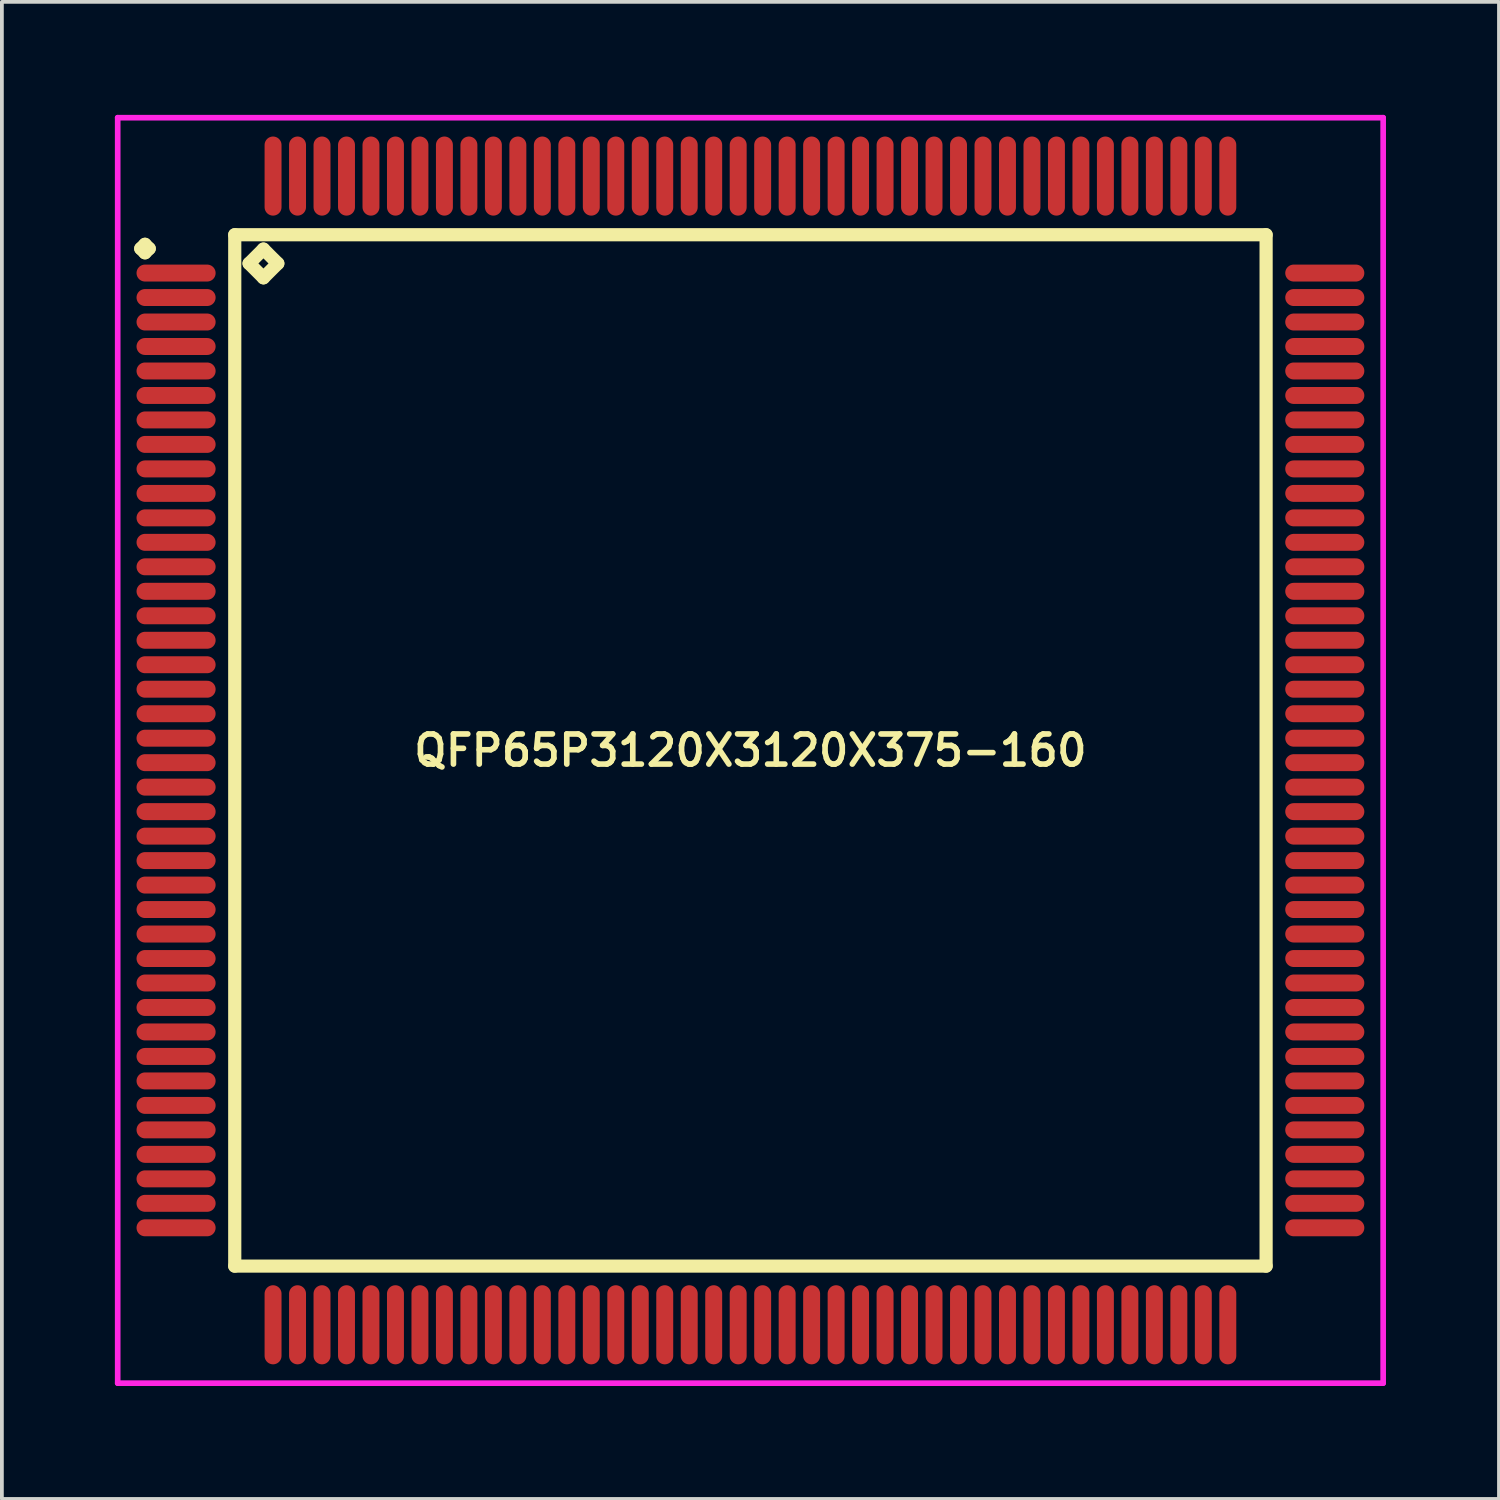
<source format=kicad_pcb>
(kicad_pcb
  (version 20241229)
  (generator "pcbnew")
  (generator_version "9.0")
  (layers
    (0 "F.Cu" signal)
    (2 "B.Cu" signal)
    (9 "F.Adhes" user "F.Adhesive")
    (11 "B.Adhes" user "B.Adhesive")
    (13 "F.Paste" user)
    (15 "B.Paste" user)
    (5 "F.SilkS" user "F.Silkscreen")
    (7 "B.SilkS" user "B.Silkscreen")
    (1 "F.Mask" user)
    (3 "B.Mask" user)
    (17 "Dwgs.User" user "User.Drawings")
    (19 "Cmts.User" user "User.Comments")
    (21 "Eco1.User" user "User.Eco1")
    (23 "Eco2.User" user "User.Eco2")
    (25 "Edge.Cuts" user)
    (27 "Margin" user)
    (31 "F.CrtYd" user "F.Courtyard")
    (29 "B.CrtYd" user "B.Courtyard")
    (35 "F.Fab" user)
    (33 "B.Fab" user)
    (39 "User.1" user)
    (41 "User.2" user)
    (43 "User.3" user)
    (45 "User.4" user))
  (footprint "QFP65P3120X3120X375-160"
    (layer "F.Cu")
    (at 16.875 16.875)
    (property "Reference" "QFP65P3120X3120X375-160" (at 0 0 0) (layer "F.SilkS") (effects (font (size 0.8 0.8) (thickness 0.15))))
    (attr through_hole)
    (fp_line (start -16.188 -13.325) (end -16.075 -13.438) (stroke (width 0.35) (type solid)) (layer "F.SilkS"))
    (fp_line (start -16.075 -13.438) (end -15.963 -13.325) (stroke (width 0.35) (type solid)) (layer "F.SilkS"))
    (fp_line (start -16.075 -13.213) (end -16.188 -13.325) (stroke (width 0.35) (type solid)) (layer "F.SilkS"))
    (fp_line (start -15.963 -13.325) (end -16.075 -13.213) (stroke (width 0.35) (type solid)) (layer "F.SilkS"))
    (fp_line (start -13.692 -13.692) (end -13.692 13.692) (stroke (width 0.35) (type solid)) (layer "F.SilkS"))
    (fp_line (start -13.692 13.692) (end 13.692 13.692) (stroke (width 0.35) (type solid)) (layer "F.SilkS"))
    (fp_line (start -13.311 -12.93) (end -12.93 -13.311) (stroke (width 0.35) (type solid)) (layer "F.SilkS"))
    (fp_line (start -12.93 -13.311) (end -12.549 -12.93) (stroke (width 0.35) (type solid)) (layer "F.SilkS"))
    (fp_line (start -12.93 -12.549) (end -13.311 -12.93) (stroke (width 0.35) (type solid)) (layer "F.SilkS"))
    (fp_line (start -12.549 -12.93) (end -12.93 -12.549) (stroke (width 0.35) (type solid)) (layer "F.SilkS"))
    (fp_line (start 13.692 -13.692) (end -13.692 -13.692) (stroke (width 0.35) (type solid)) (layer "F.SilkS"))
    (fp_line (start 13.692 13.692) (end 13.692 -13.692) (stroke (width 0.35) (type solid)) (layer "F.SilkS"))
    (fp_line (start -16.8 -16.8) (end 16.8 -16.8) (stroke (width 0.15) (type solid)) (layer "F.CrtYd"))
    (fp_line (start -16.8 16.8) (end -16.8 -16.8) (stroke (width 0.15) (type solid)) (layer "F.CrtYd"))
    (fp_line (start 16.8 -16.8) (end 16.8 16.8) (stroke (width 0.15) (type solid)) (layer "F.CrtYd"))
    (fp_line (start 16.8 16.8) (end -16.8 16.8) (stroke (width 0.15) (type solid)) (layer "F.CrtYd"))
    (pad "1" smd oval (at -15.25 -12.675) (size 2.1 0.45) (layers "F.Cu" "F.Mask" "F.Paste"))
    (pad "2" smd oval (at -15.25 -12.025) (size 2.1 0.45) (layers "F.Cu" "F.Mask" "F.Paste"))
    (pad "3" smd oval (at -15.25 -11.375) (size 2.1 0.45) (layers "F.Cu" "F.Mask" "F.Paste"))
    (pad "4" smd oval (at -15.25 -10.725) (size 2.1 0.45) (layers "F.Cu" "F.Mask" "F.Paste"))
    (pad "5" smd oval (at -15.25 -10.075) (size 2.1 0.45) (layers "F.Cu" "F.Mask" "F.Paste"))
    (pad "6" smd oval (at -15.25 -9.425) (size 2.1 0.45) (layers "F.Cu" "F.Mask" "F.Paste"))
    (pad "7" smd oval (at -15.25 -8.775) (size 2.1 0.45) (layers "F.Cu" "F.Mask" "F.Paste"))
    (pad "8" smd oval (at -15.25 -8.125) (size 2.1 0.45) (layers "F.Cu" "F.Mask" "F.Paste"))
    (pad "9" smd oval (at -15.25 -7.475) (size 2.1 0.45) (layers "F.Cu" "F.Mask" "F.Paste"))
    (pad "10" smd oval (at -15.25 -6.825) (size 2.1 0.45) (layers "F.Cu" "F.Mask" "F.Paste"))
    (pad "11" smd oval (at -15.25 -6.175) (size 2.1 0.45) (layers "F.Cu" "F.Mask" "F.Paste"))
    (pad "12" smd oval (at -15.25 -5.525) (size 2.1 0.45) (layers "F.Cu" "F.Mask" "F.Paste"))
    (pad "13" smd oval (at -15.25 -4.875) (size 2.1 0.45) (layers "F.Cu" "F.Mask" "F.Paste"))
    (pad "14" smd oval (at -15.25 -4.225) (size 2.1 0.45) (layers "F.Cu" "F.Mask" "F.Paste"))
    (pad "15" smd oval (at -15.25 -3.575) (size 2.1 0.45) (layers "F.Cu" "F.Mask" "F.Paste"))
    (pad "16" smd oval (at -15.25 -2.925) (size 2.1 0.45) (layers "F.Cu" "F.Mask" "F.Paste"))
    (pad "17" smd oval (at -15.25 -2.275) (size 2.1 0.45) (layers "F.Cu" "F.Mask" "F.Paste"))
    (pad "18" smd oval (at -15.25 -1.625) (size 2.1 0.45) (layers "F.Cu" "F.Mask" "F.Paste"))
    (pad "19" smd oval (at -15.25 -0.975) (size 2.1 0.45) (layers "F.Cu" "F.Mask" "F.Paste"))
    (pad "20" smd oval (at -15.25 -0.325) (size 2.1 0.45) (layers "F.Cu" "F.Mask" "F.Paste"))
    (pad "21" smd oval (at -15.25 0.325) (size 2.1 0.45) (layers "F.Cu" "F.Mask" "F.Paste"))
    (pad "22" smd oval (at -15.25 0.975) (size 2.1 0.45) (layers "F.Cu" "F.Mask" "F.Paste"))
    (pad "23" smd oval (at -15.25 1.625) (size 2.1 0.45) (layers "F.Cu" "F.Mask" "F.Paste"))
    (pad "24" smd oval (at -15.25 2.275) (size 2.1 0.45) (layers "F.Cu" "F.Mask" "F.Paste"))
    (pad "25" smd oval (at -15.25 2.925) (size 2.1 0.45) (layers "F.Cu" "F.Mask" "F.Paste"))
    (pad "26" smd oval (at -15.25 3.575) (size 2.1 0.45) (layers "F.Cu" "F.Mask" "F.Paste"))
    (pad "27" smd oval (at -15.25 4.225) (size 2.1 0.45) (layers "F.Cu" "F.Mask" "F.Paste"))
    (pad "28" smd oval (at -15.25 4.875) (size 2.1 0.45) (layers "F.Cu" "F.Mask" "F.Paste"))
    (pad "29" smd oval (at -15.25 5.525) (size 2.1 0.45) (layers "F.Cu" "F.Mask" "F.Paste"))
    (pad "30" smd oval (at -15.25 6.175) (size 2.1 0.45) (layers "F.Cu" "F.Mask" "F.Paste"))
    (pad "31" smd oval (at -15.25 6.825) (size 2.1 0.45) (layers "F.Cu" "F.Mask" "F.Paste"))
    (pad "32" smd oval (at -15.25 7.475) (size 2.1 0.45) (layers "F.Cu" "F.Mask" "F.Paste"))
    (pad "33" smd oval (at -15.25 8.125) (size 2.1 0.45) (layers "F.Cu" "F.Mask" "F.Paste"))
    (pad "34" smd oval (at -15.25 8.775) (size 2.1 0.45) (layers "F.Cu" "F.Mask" "F.Paste"))
    (pad "35" smd oval (at -15.25 9.425) (size 2.1 0.45) (layers "F.Cu" "F.Mask" "F.Paste"))
    (pad "36" smd oval (at -15.25 10.075) (size 2.1 0.45) (layers "F.Cu" "F.Mask" "F.Paste"))
    (pad "37" smd oval (at -15.25 10.725) (size 2.1 0.45) (layers "F.Cu" "F.Mask" "F.Paste"))
    (pad "38" smd oval (at -15.25 11.375) (size 2.1 0.45) (layers "F.Cu" "F.Mask" "F.Paste"))
    (pad "39" smd oval (at -15.25 12.025) (size 2.1 0.45) (layers "F.Cu" "F.Mask" "F.Paste"))
    (pad "40" smd oval (at -15.25 12.675) (size 2.1 0.45) (layers "F.Cu" "F.Mask" "F.Paste"))
    (pad "41" smd oval (at -12.675 15.25) (size 0.45 2.1) (layers "F.Cu" "F.Mask" "F.Paste"))
    (pad "42" smd oval (at -12.025 15.25) (size 0.45 2.1) (layers "F.Cu" "F.Mask" "F.Paste"))
    (pad "43" smd oval (at -11.375 15.25) (size 0.45 2.1) (layers "F.Cu" "F.Mask" "F.Paste"))
    (pad "44" smd oval (at -10.725 15.25) (size 0.45 2.1) (layers "F.Cu" "F.Mask" "F.Paste"))
    (pad "45" smd oval (at -10.075 15.25) (size 0.45 2.1) (layers "F.Cu" "F.Mask" "F.Paste"))
    (pad "46" smd oval (at -9.425 15.25) (size 0.45 2.1) (layers "F.Cu" "F.Mask" "F.Paste"))
    (pad "47" smd oval (at -8.775 15.25) (size 0.45 2.1) (layers "F.Cu" "F.Mask" "F.Paste"))
    (pad "48" smd oval (at -8.125 15.25) (size 0.45 2.1) (layers "F.Cu" "F.Mask" "F.Paste"))
    (pad "49" smd oval (at -7.475 15.25) (size 0.45 2.1) (layers "F.Cu" "F.Mask" "F.Paste"))
    (pad "50" smd oval (at -6.825 15.25) (size 0.45 2.1) (layers "F.Cu" "F.Mask" "F.Paste"))
    (pad "51" smd oval (at -6.175 15.25) (size 0.45 2.1) (layers "F.Cu" "F.Mask" "F.Paste"))
    (pad "52" smd oval (at -5.525 15.25) (size 0.45 2.1) (layers "F.Cu" "F.Mask" "F.Paste"))
    (pad "53" smd oval (at -4.875 15.25) (size 0.45 2.1) (layers "F.Cu" "F.Mask" "F.Paste"))
    (pad "54" smd oval (at -4.225 15.25) (size 0.45 2.1) (layers "F.Cu" "F.Mask" "F.Paste"))
    (pad "55" smd oval (at -3.575 15.25) (size 0.45 2.1) (layers "F.Cu" "F.Mask" "F.Paste"))
    (pad "56" smd oval (at -2.925 15.25) (size 0.45 2.1) (layers "F.Cu" "F.Mask" "F.Paste"))
    (pad "57" smd oval (at -2.275 15.25) (size 0.45 2.1) (layers "F.Cu" "F.Mask" "F.Paste"))
    (pad "58" smd oval (at -1.625 15.25) (size 0.45 2.1) (layers "F.Cu" "F.Mask" "F.Paste"))
    (pad "59" smd oval (at -0.975 15.25) (size 0.45 2.1) (layers "F.Cu" "F.Mask" "F.Paste"))
    (pad "60" smd oval (at -0.325 15.25) (size 0.45 2.1) (layers "F.Cu" "F.Mask" "F.Paste"))
    (pad "61" smd oval (at 0.325 15.25) (size 0.45 2.1) (layers "F.Cu" "F.Mask" "F.Paste"))
    (pad "62" smd oval (at 0.975 15.25) (size 0.45 2.1) (layers "F.Cu" "F.Mask" "F.Paste"))
    (pad "63" smd oval (at 1.625 15.25) (size 0.45 2.1) (layers "F.Cu" "F.Mask" "F.Paste"))
    (pad "64" smd oval (at 2.275 15.25) (size 0.45 2.1) (layers "F.Cu" "F.Mask" "F.Paste"))
    (pad "65" smd oval (at 2.925 15.25) (size 0.45 2.1) (layers "F.Cu" "F.Mask" "F.Paste"))
    (pad "66" smd oval (at 3.575 15.25) (size 0.45 2.1) (layers "F.Cu" "F.Mask" "F.Paste"))
    (pad "67" smd oval (at 4.225 15.25) (size 0.45 2.1) (layers "F.Cu" "F.Mask" "F.Paste"))
    (pad "68" smd oval (at 4.875 15.25) (size 0.45 2.1) (layers "F.Cu" "F.Mask" "F.Paste"))
    (pad "69" smd oval (at 5.525 15.25) (size 0.45 2.1) (layers "F.Cu" "F.Mask" "F.Paste"))
    (pad "70" smd oval (at 6.175 15.25) (size 0.45 2.1) (layers "F.Cu" "F.Mask" "F.Paste"))
    (pad "71" smd oval (at 6.825 15.25) (size 0.45 2.1) (layers "F.Cu" "F.Mask" "F.Paste"))
    (pad "72" smd oval (at 7.475 15.25) (size 0.45 2.1) (layers "F.Cu" "F.Mask" "F.Paste"))
    (pad "73" smd oval (at 8.125 15.25) (size 0.45 2.1) (layers "F.Cu" "F.Mask" "F.Paste"))
    (pad "74" smd oval (at 8.775 15.25) (size 0.45 2.1) (layers "F.Cu" "F.Mask" "F.Paste"))
    (pad "75" smd oval (at 9.425 15.25) (size 0.45 2.1) (layers "F.Cu" "F.Mask" "F.Paste"))
    (pad "76" smd oval (at 10.075 15.25) (size 0.45 2.1) (layers "F.Cu" "F.Mask" "F.Paste"))
    (pad "77" smd oval (at 10.725 15.25) (size 0.45 2.1) (layers "F.Cu" "F.Mask" "F.Paste"))
    (pad "78" smd oval (at 11.375 15.25) (size 0.45 2.1) (layers "F.Cu" "F.Mask" "F.Paste"))
    (pad "79" smd oval (at 12.025 15.25) (size 0.45 2.1) (layers "F.Cu" "F.Mask" "F.Paste"))
    (pad "80" smd oval (at 12.675 15.25) (size 0.45 2.1) (layers "F.Cu" "F.Mask" "F.Paste"))
    (pad "81" smd oval (at 15.25 12.675) (size 2.1 0.45) (layers "F.Cu" "F.Mask" "F.Paste"))
    (pad "82" smd oval (at 15.25 12.025) (size 2.1 0.45) (layers "F.Cu" "F.Mask" "F.Paste"))
    (pad "83" smd oval (at 15.25 11.375) (size 2.1 0.45) (layers "F.Cu" "F.Mask" "F.Paste"))
    (pad "84" smd oval (at 15.25 10.725) (size 2.1 0.45) (layers "F.Cu" "F.Mask" "F.Paste"))
    (pad "85" smd oval (at 15.25 10.075) (size 2.1 0.45) (layers "F.Cu" "F.Mask" "F.Paste"))
    (pad "86" smd oval (at 15.25 9.425) (size 2.1 0.45) (layers "F.Cu" "F.Mask" "F.Paste"))
    (pad "87" smd oval (at 15.25 8.775) (size 2.1 0.45) (layers "F.Cu" "F.Mask" "F.Paste"))
    (pad "88" smd oval (at 15.25 8.125) (size 2.1 0.45) (layers "F.Cu" "F.Mask" "F.Paste"))
    (pad "89" smd oval (at 15.25 7.475) (size 2.1 0.45) (layers "F.Cu" "F.Mask" "F.Paste"))
    (pad "90" smd oval (at 15.25 6.825) (size 2.1 0.45) (layers "F.Cu" "F.Mask" "F.Paste"))
    (pad "91" smd oval (at 15.25 6.175) (size 2.1 0.45) (layers "F.Cu" "F.Mask" "F.Paste"))
    (pad "92" smd oval (at 15.25 5.525) (size 2.1 0.45) (layers "F.Cu" "F.Mask" "F.Paste"))
    (pad "93" smd oval (at 15.25 4.875) (size 2.1 0.45) (layers "F.Cu" "F.Mask" "F.Paste"))
    (pad "94" smd oval (at 15.25 4.225) (size 2.1 0.45) (layers "F.Cu" "F.Mask" "F.Paste"))
    (pad "95" smd oval (at 15.25 3.575) (size 2.1 0.45) (layers "F.Cu" "F.Mask" "F.Paste"))
    (pad "96" smd oval (at 15.25 2.925) (size 2.1 0.45) (layers "F.Cu" "F.Mask" "F.Paste"))
    (pad "97" smd oval (at 15.25 2.275) (size 2.1 0.45) (layers "F.Cu" "F.Mask" "F.Paste"))
    (pad "98" smd oval (at 15.25 1.625) (size 2.1 0.45) (layers "F.Cu" "F.Mask" "F.Paste"))
    (pad "99" smd oval (at 15.25 0.975) (size 2.1 0.45) (layers "F.Cu" "F.Mask" "F.Paste"))
    (pad "100" smd oval (at 15.25 0.325) (size 2.1 0.45) (layers "F.Cu" "F.Mask" "F.Paste"))
    (pad "101" smd oval (at 15.25 -0.325) (size 2.1 0.45) (layers "F.Cu" "F.Mask" "F.Paste"))
    (pad "102" smd oval (at 15.25 -0.975) (size 2.1 0.45) (layers "F.Cu" "F.Mask" "F.Paste"))
    (pad "103" smd oval (at 15.25 -1.625) (size 2.1 0.45) (layers "F.Cu" "F.Mask" "F.Paste"))
    (pad "104" smd oval (at 15.25 -2.275) (size 2.1 0.45) (layers "F.Cu" "F.Mask" "F.Paste"))
    (pad "105" smd oval (at 15.25 -2.925) (size 2.1 0.45) (layers "F.Cu" "F.Mask" "F.Paste"))
    (pad "106" smd oval (at 15.25 -3.575) (size 2.1 0.45) (layers "F.Cu" "F.Mask" "F.Paste"))
    (pad "107" smd oval (at 15.25 -4.225) (size 2.1 0.45) (layers "F.Cu" "F.Mask" "F.Paste"))
    (pad "108" smd oval (at 15.25 -4.875) (size 2.1 0.45) (layers "F.Cu" "F.Mask" "F.Paste"))
    (pad "109" smd oval (at 15.25 -5.525) (size 2.1 0.45) (layers "F.Cu" "F.Mask" "F.Paste"))
    (pad "110" smd oval (at 15.25 -6.175) (size 2.1 0.45) (layers "F.Cu" "F.Mask" "F.Paste"))
    (pad "111" smd oval (at 15.25 -6.825) (size 2.1 0.45) (layers "F.Cu" "F.Mask" "F.Paste"))
    (pad "112" smd oval (at 15.25 -7.475) (size 2.1 0.45) (layers "F.Cu" "F.Mask" "F.Paste"))
    (pad "113" smd oval (at 15.25 -8.125) (size 2.1 0.45) (layers "F.Cu" "F.Mask" "F.Paste"))
    (pad "114" smd oval (at 15.25 -8.775) (size 2.1 0.45) (layers "F.Cu" "F.Mask" "F.Paste"))
    (pad "115" smd oval (at 15.25 -9.425) (size 2.1 0.45) (layers "F.Cu" "F.Mask" "F.Paste"))
    (pad "116" smd oval (at 15.25 -10.075) (size 2.1 0.45) (layers "F.Cu" "F.Mask" "F.Paste"))
    (pad "117" smd oval (at 15.25 -10.725) (size 2.1 0.45) (layers "F.Cu" "F.Mask" "F.Paste"))
    (pad "118" smd oval (at 15.25 -11.375) (size 2.1 0.45) (layers "F.Cu" "F.Mask" "F.Paste"))
    (pad "119" smd oval (at 15.25 -12.025) (size 2.1 0.45) (layers "F.Cu" "F.Mask" "F.Paste"))
    (pad "120" smd oval (at 15.25 -12.675) (size 2.1 0.45) (layers "F.Cu" "F.Mask" "F.Paste"))
    (pad "121" smd oval (at 12.675 -15.25) (size 0.45 2.1) (layers "F.Cu" "F.Mask" "F.Paste"))
    (pad "122" smd oval (at 12.025 -15.25) (size 0.45 2.1) (layers "F.Cu" "F.Mask" "F.Paste"))
    (pad "123" smd oval (at 11.375 -15.25) (size 0.45 2.1) (layers "F.Cu" "F.Mask" "F.Paste"))
    (pad "124" smd oval (at 10.725 -15.25) (size 0.45 2.1) (layers "F.Cu" "F.Mask" "F.Paste"))
    (pad "125" smd oval (at 10.075 -15.25) (size 0.45 2.1) (layers "F.Cu" "F.Mask" "F.Paste"))
    (pad "126" smd oval (at 9.425 -15.25) (size 0.45 2.1) (layers "F.Cu" "F.Mask" "F.Paste"))
    (pad "127" smd oval (at 8.775 -15.25) (size 0.45 2.1) (layers "F.Cu" "F.Mask" "F.Paste"))
    (pad "128" smd oval (at 8.125 -15.25) (size 0.45 2.1) (layers "F.Cu" "F.Mask" "F.Paste"))
    (pad "129" smd oval (at 7.475 -15.25) (size 0.45 2.1) (layers "F.Cu" "F.Mask" "F.Paste"))
    (pad "130" smd oval (at 6.825 -15.25) (size 0.45 2.1) (layers "F.Cu" "F.Mask" "F.Paste"))
    (pad "131" smd oval (at 6.175 -15.25) (size 0.45 2.1) (layers "F.Cu" "F.Mask" "F.Paste"))
    (pad "132" smd oval (at 5.525 -15.25) (size 0.45 2.1) (layers "F.Cu" "F.Mask" "F.Paste"))
    (pad "133" smd oval (at 4.875 -15.25) (size 0.45 2.1) (layers "F.Cu" "F.Mask" "F.Paste"))
    (pad "134" smd oval (at 4.225 -15.25) (size 0.45 2.1) (layers "F.Cu" "F.Mask" "F.Paste"))
    (pad "135" smd oval (at 3.575 -15.25) (size 0.45 2.1) (layers "F.Cu" "F.Mask" "F.Paste"))
    (pad "136" smd oval (at 2.925 -15.25) (size 0.45 2.1) (layers "F.Cu" "F.Mask" "F.Paste"))
    (pad "137" smd oval (at 2.275 -15.25) (size 0.45 2.1) (layers "F.Cu" "F.Mask" "F.Paste"))
    (pad "138" smd oval (at 1.625 -15.25) (size 0.45 2.1) (layers "F.Cu" "F.Mask" "F.Paste"))
    (pad "139" smd oval (at 0.975 -15.25) (size 0.45 2.1) (layers "F.Cu" "F.Mask" "F.Paste"))
    (pad "140" smd oval (at 0.325 -15.25) (size 0.45 2.1) (layers "F.Cu" "F.Mask" "F.Paste"))
    (pad "141" smd oval (at -0.325 -15.25) (size 0.45 2.1) (layers "F.Cu" "F.Mask" "F.Paste"))
    (pad "142" smd oval (at -0.975 -15.25) (size 0.45 2.1) (layers "F.Cu" "F.Mask" "F.Paste"))
    (pad "143" smd oval (at -1.625 -15.25) (size 0.45 2.1) (layers "F.Cu" "F.Mask" "F.Paste"))
    (pad "144" smd oval (at -2.275 -15.25) (size 0.45 2.1) (layers "F.Cu" "F.Mask" "F.Paste"))
    (pad "145" smd oval (at -2.925 -15.25) (size 0.45 2.1) (layers "F.Cu" "F.Mask" "F.Paste"))
    (pad "146" smd oval (at -3.575 -15.25) (size 0.45 2.1) (layers "F.Cu" "F.Mask" "F.Paste"))
    (pad "147" smd oval (at -4.225 -15.25) (size 0.45 2.1) (layers "F.Cu" "F.Mask" "F.Paste"))
    (pad "148" smd oval (at -4.875 -15.25) (size 0.45 2.1) (layers "F.Cu" "F.Mask" "F.Paste"))
    (pad "149" smd oval (at -5.525 -15.25) (size 0.45 2.1) (layers "F.Cu" "F.Mask" "F.Paste"))
    (pad "150" smd oval (at -6.175 -15.25) (size 0.45 2.1) (layers "F.Cu" "F.Mask" "F.Paste"))
    (pad "151" smd oval (at -6.825 -15.25) (size 0.45 2.1) (layers "F.Cu" "F.Mask" "F.Paste"))
    (pad "152" smd oval (at -7.475 -15.25) (size 0.45 2.1) (layers "F.Cu" "F.Mask" "F.Paste"))
    (pad "153" smd oval (at -8.125 -15.25) (size 0.45 2.1) (layers "F.Cu" "F.Mask" "F.Paste"))
    (pad "154" smd oval (at -8.775 -15.25) (size 0.45 2.1) (layers "F.Cu" "F.Mask" "F.Paste"))
    (pad "155" smd oval (at -9.425 -15.25) (size 0.45 2.1) (layers "F.Cu" "F.Mask" "F.Paste"))
    (pad "156" smd oval (at -10.075 -15.25) (size 0.45 2.1) (layers "F.Cu" "F.Mask" "F.Paste"))
    (pad "157" smd oval (at -10.725 -15.25) (size 0.45 2.1) (layers "F.Cu" "F.Mask" "F.Paste"))
    (pad "158" smd oval (at -11.375 -15.25) (size 0.45 2.1) (layers "F.Cu" "F.Mask" "F.Paste"))
    (pad "159" smd oval (at -12.025 -15.25) (size 0.45 2.1) (layers "F.Cu" "F.Mask" "F.Paste"))
    (pad "160" smd oval (at -12.675 -15.25) (size 0.45 2.1) (layers "F.Cu" "F.Mask" "F.Paste")))
  (gr_rect
    (start -3 -3)
    (end 36.75 36.75)
    (stroke (width 0.1) (type default))
    (fill no)
    (layer "Edge.Cuts")))
</source>
